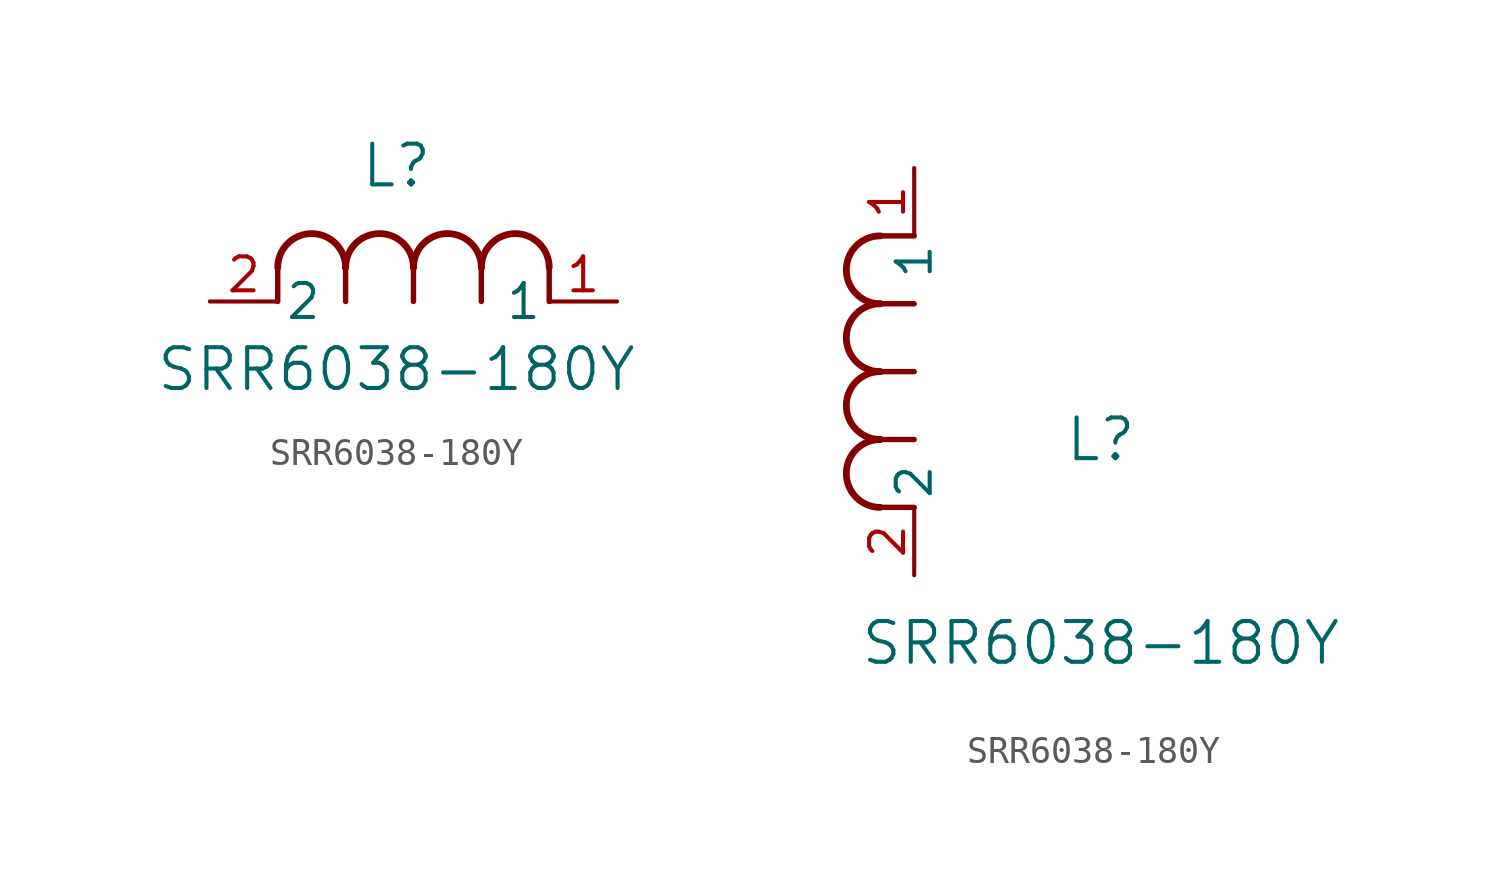
<source format=kicad_sym>
(kicad_symbol_lib
  (version 20211014)
  (generator kicad_symbol_editor)
  (symbol "SRR6038-180Y"
    (pin_names
      (offset 0.254))
    (property "Reference" "L"
      (at 6.985 5.08 0)
      (effects (font (size 1.524 1.524))))
    (property "Value" "SRR6038-180Y"
      (at 6.985 -2.54 0)
      (effects (font (size 1.524 1.524))))
    (symbol "SRR6038-180Y_1_1"
      (arc (start 7.62 1.27) (mid 6.35 2.54) (end 5.08 1.27) (stroke (width 0.254) (type default) (color 0 0 0 0)) (fill (type none)))
      (polyline (pts (xy 5.08 0) (xy 5.08 1.27)) (stroke (width 0.203) (type default) (color 0 0 0 0)) (fill (type none)))
      (polyline (pts (xy 7.62 0) (xy 7.62 1.27)) (stroke (width 0.203) (type default) (color 0 0 0 0)) (fill (type none)))
      (polyline (pts (xy 12.7 0) (xy 12.7 1.27)) (stroke (width 0.203) (type default) (color 0 0 0 0)) (fill (type none)))
      (arc (start 5.08 1.27) (mid 3.81 2.54) (end 2.54 1.27) (stroke (width 0.254) (type default) (color 0 0 0 0)) (fill (type none)))
      (arc (start 10.16 1.27) (mid 8.89 2.54) (end 7.62 1.27) (stroke (width 0.254) (type default) (color 0 0 0 0)) (fill (type none)))
      (arc (start 12.7 1.27) (mid 11.43 2.54) (end 10.16 1.27) (stroke (width 0.254) (type default) (color 0 0 0 0)) (fill (type none)))
      (polyline (pts (xy 2.54 0) (xy 2.54 1.27)) (stroke (width 0.203) (type default) (color 0 0 0 0)) (fill (type none)))
      (polyline (pts (xy 10.16 0) (xy 10.16 1.27)) (stroke (width 0.203) (type default) (color 0 0 0 0)) (fill (type none)))
      (pin unspecified line (at 0 0 0) (length 2.54) (name "2" (effects (font (size 1.27 1.27)))) (number "2" (effects (font (size 1.27 1.27)))))
      (pin unspecified line (at 15.24 0 180) (length 2.54) (name "1" (effects (font (size 1.27 1.27)))) (number "1" (effects (font (size 1.27 1.27))))))
    (symbol "SRR6038-180Y_1_2"
      (arc (start -1.27 7.62) (mid -2.54 6.35) (end -1.27 5.08) (stroke (width 0.254) (type default) (color 0 0 0 0)) (fill (type none)))
      (arc (start -1.27 5.08) (mid -2.54 3.81) (end -1.27 2.54) (stroke (width 0.254) (type default) (color 0 0 0 0)) (fill (type none)))
      (arc (start -1.27 12.7) (mid -2.54 11.43) (end -1.27 10.16) (stroke (width 0.254) (type default) (color 0 0 0 0)) (fill (type none)))
      (arc (start -1.27 10.16) (mid -2.54 8.89) (end -1.27 7.62) (stroke (width 0.254) (type default) (color 0 0 0 0)) (fill (type none)))
      (polyline (pts (xy 0 7.62) (xy -1.27 7.62)) (stroke (width 0.203) (type default) (color 0 0 0 0)) (fill (type none)))
      (polyline (pts (xy 0 5.08) (xy -1.27 5.08)) (stroke (width 0.203) (type default) (color 0 0 0 0)) (fill (type none)))
      (polyline (pts (xy 0 12.7) (xy -1.27 12.7)) (stroke (width 0.203) (type default) (color 0 0 0 0)) (fill (type none)))
      (polyline (pts (xy 0 2.54) (xy -1.27 2.54)) (stroke (width 0.203) (type default) (color 0 0 0 0)) (fill (type none)))
      (polyline (pts (xy 0 10.16) (xy -1.27 10.16)) (stroke (width 0.203) (type default) (color 0 0 0 0)) (fill (type none)))
      (pin unspecified line (at 0 0 90) (length 2.54) (name "2" (effects (font (size 1.27 1.27)))) (number "2" (effects (font (size 1.27 1.27)))))
      (pin unspecified line (at 0 15.24 270) (length 2.54) (name "1" (effects (font (size 1.27 1.27)))) (number "1" (effects (font (size 1.27 1.27))))))))
</source>
